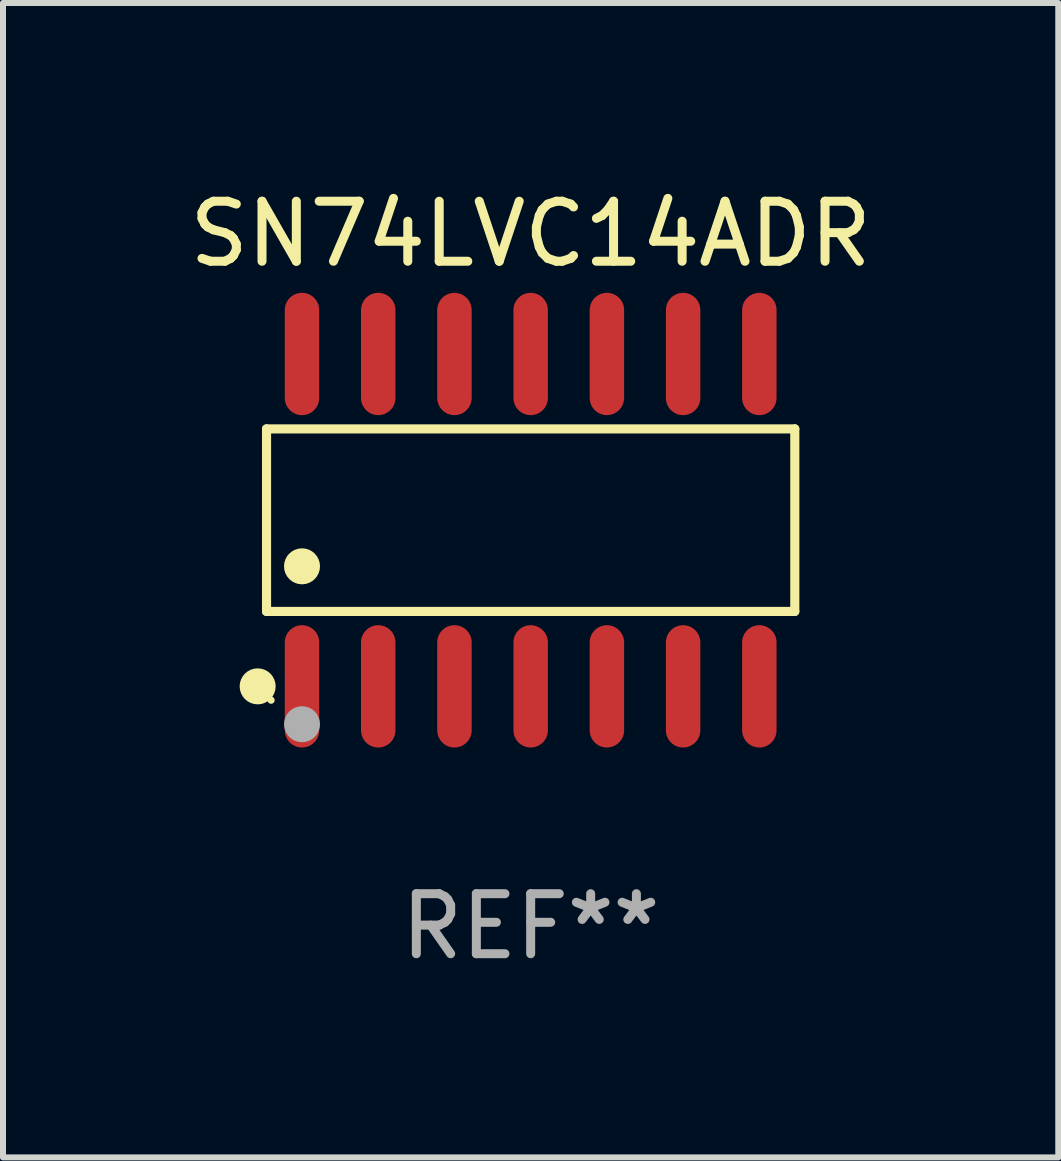
<source format=kicad_pcb>
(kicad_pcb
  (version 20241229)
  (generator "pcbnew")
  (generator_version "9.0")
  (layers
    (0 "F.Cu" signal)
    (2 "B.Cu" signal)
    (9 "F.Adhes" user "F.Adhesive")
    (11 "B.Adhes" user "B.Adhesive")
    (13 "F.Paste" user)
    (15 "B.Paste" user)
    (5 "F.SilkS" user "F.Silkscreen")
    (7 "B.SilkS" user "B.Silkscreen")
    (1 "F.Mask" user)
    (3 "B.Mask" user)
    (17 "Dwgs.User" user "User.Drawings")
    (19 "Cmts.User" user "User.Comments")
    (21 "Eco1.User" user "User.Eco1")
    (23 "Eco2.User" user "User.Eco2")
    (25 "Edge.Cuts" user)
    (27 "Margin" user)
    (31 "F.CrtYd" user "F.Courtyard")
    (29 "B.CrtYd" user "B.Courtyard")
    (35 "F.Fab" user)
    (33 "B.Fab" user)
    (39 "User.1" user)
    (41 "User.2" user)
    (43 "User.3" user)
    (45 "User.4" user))
  (footprint "SN74LVC14ADR"
    (layer "F.Cu")
    (at 5.792 5.617)
    (property "Reference" "SN74LVC14ADR" (at 0 -4.769 0) (layer "F.SilkS") (effects (font (size 1 1) (thickness 0.15))))
    (attr through_hole)
    (fp_line (start -4.401 -1.521) (end 4.401 -1.521) (stroke (width 0.152) (type solid)) (layer "F.SilkS"))
    (fp_line (start -4.401 1.521) (end -4.401 -1.521) (stroke (width 0.152) (type solid)) (layer "F.SilkS"))
    (fp_line (start 4.401 -1.521) (end 4.401 1.521) (stroke (width 0.152) (type solid)) (layer "F.SilkS"))
    (fp_line (start 4.401 1.521) (end -4.401 1.521) (stroke (width 0.152) (type solid)) (layer "F.SilkS"))
    (fp_circle (center -4.549 2.769) (end -4.399 2.769) (stroke (width 0.3) (type solid)) (fill no) (layer "F.SilkS"))
    (fp_circle (center -4.325 3) (end -4.295 3) (stroke (width 0.06) (type solid)) (fill no) (layer "F.SilkS"))
    (fp_circle (center -3.81 0.769) (end -3.66 0.769) (stroke (width 0.3) (type solid)) (fill no) (layer "F.SilkS"))
    (fp_circle (center -3.81 3.4) (end -3.66 3.4) (stroke (width 0.3) (type solid)) (fill no) (layer "F.Fab"))
    (fp_text user "REF**" (at 0 6.769 0) (layer "F.Fab") (effects (font (size 1 1) (thickness 0.15))))
    (pad "1" smd oval (at -3.81 2.769) (size 0.574 2.038) (layers "F.Cu" "F.Mask" "F.Paste"))
    (pad "2" smd oval (at -2.54 2.769) (size 0.574 2.038) (layers "F.Cu" "F.Mask" "F.Paste"))
    (pad "3" smd oval (at -1.27 2.769) (size 0.574 2.038) (layers "F.Cu" "F.Mask" "F.Paste"))
    (pad "4" smd oval (at 0 2.769) (size 0.574 2.038) (layers "F.Cu" "F.Mask" "F.Paste"))
    (pad "5" smd oval (at 1.27 2.769) (size 0.574 2.038) (layers "F.Cu" "F.Mask" "F.Paste"))
    (pad "6" smd oval (at 2.54 2.769) (size 0.574 2.038) (layers "F.Cu" "F.Mask" "F.Paste"))
    (pad "7" smd oval (at 3.81 2.769) (size 0.574 2.038) (layers "F.Cu" "F.Mask" "F.Paste"))
    (pad "8" smd oval (at 3.81 -2.769) (size 0.574 2.038) (layers "F.Cu" "F.Mask" "F.Paste"))
    (pad "9" smd oval (at 2.54 -2.769) (size 0.574 2.038) (layers "F.Cu" "F.Mask" "F.Paste"))
    (pad "10" smd oval (at 1.27 -2.769) (size 0.574 2.038) (layers "F.Cu" "F.Mask" "F.Paste"))
    (pad "11" smd oval (at 0 -2.769) (size 0.574 2.038) (layers "F.Cu" "F.Mask" "F.Paste"))
    (pad "12" smd oval (at -1.27 -2.769) (size 0.574 2.038) (layers "F.Cu" "F.Mask" "F.Paste"))
    (pad "13" smd oval (at -2.54 -2.769) (size 0.574 2.038) (layers "F.Cu" "F.Mask" "F.Paste"))
    (pad "14" smd oval (at -3.81 -2.769) (size 0.574 2.038) (layers "F.Cu" "F.Mask" "F.Paste")))
  (gr_rect
    (start -3 -3)
    (end 14.583 16.235)
    (stroke (width 0.1) (type default))
    (fill no)
    (layer "Edge.Cuts")))
</source>
